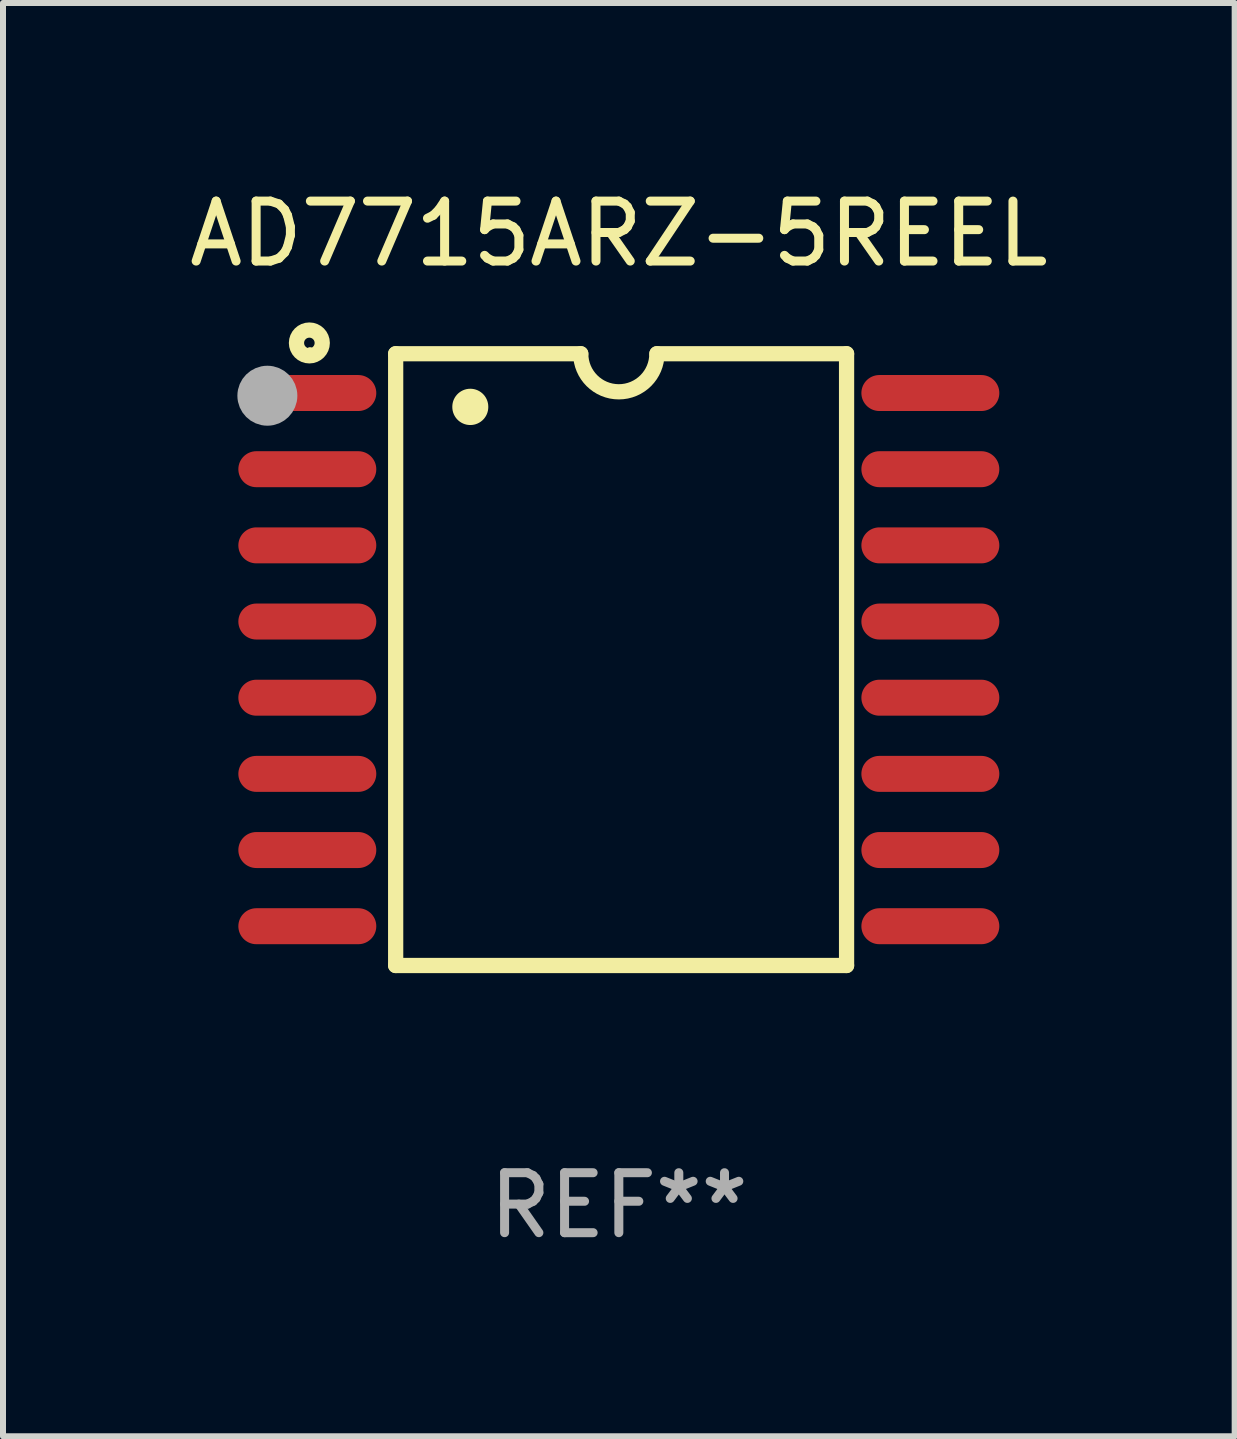
<source format=kicad_pcb>
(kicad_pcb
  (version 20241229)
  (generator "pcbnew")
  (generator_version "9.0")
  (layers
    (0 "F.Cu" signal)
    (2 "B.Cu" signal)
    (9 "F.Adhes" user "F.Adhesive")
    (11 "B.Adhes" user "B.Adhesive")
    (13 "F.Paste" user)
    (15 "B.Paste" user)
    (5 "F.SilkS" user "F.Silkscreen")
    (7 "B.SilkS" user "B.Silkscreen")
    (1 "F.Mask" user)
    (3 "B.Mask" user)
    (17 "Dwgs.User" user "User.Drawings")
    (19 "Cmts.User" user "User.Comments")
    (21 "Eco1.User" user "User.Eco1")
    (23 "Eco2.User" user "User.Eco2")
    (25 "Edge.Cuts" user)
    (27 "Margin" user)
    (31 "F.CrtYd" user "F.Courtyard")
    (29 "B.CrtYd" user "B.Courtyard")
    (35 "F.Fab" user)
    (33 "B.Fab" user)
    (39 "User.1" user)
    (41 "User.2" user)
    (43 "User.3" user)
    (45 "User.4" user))
  (footprint "AD7715ARZ-5REEL"
    (layer "F.Cu")
    (at 7.268 7.948)
    (property "Reference" "AD7715ARZ-5REEL" (at 0 -7.1 0) (layer "F.SilkS") (effects (font (size 1 1) (thickness 0.15))))
    (attr through_hole)
    (fp_line (start -3.721 -5.1) (end -3.721 5.1) (stroke (width 0.254) (type solid)) (layer "F.SilkS"))
    (fp_line (start -3.721 -5.1) (end -0.635 -5.1) (stroke (width 0.254) (type solid)) (layer "F.SilkS"))
    (fp_line (start -3.721 5.1) (end 3.797 5.1) (stroke (width 0.254) (type solid)) (layer "F.SilkS"))
    (fp_line (start 3.797 -5.1) (end 0.635 -5.1) (stroke (width 0.254) (type solid)) (layer "F.SilkS"))
    (fp_line (start 3.797 5.1) (end 3.797 -5.1) (stroke (width 0.254) (type solid)) (layer "F.SilkS"))
    (fp_arc (start -2.476556 -4.211328) (mid -2.476567 -4.213868) (end -2.476556 -4.216408) (stroke (width 0.6) (type solid)) (layer "F.SilkS"))
    (fp_arc (start 0.63495 -5.100076) (mid -0.000178 -4.465329) (end -0.635052 -5.10033) (stroke (width 0.254001) (type solid)) (layer "F.SilkS"))
    (fp_circle (center -5.16 -5.28) (end -4.945 -5.28) (stroke (width 0.254) (type solid)) (fill no) (layer "F.SilkS"))
    (fp_circle (center -5.15 -5.15) (end -5.12 -5.15) (stroke (width 0.06) (type solid)) (fill no) (layer "F.SilkS"))
    (fp_circle (center -5.86 -4.4) (end -5.61 -4.4) (stroke (width 0.5) (type solid)) (fill no) (layer "F.Fab"))
    (fp_text user "REF**" (at 0 9.1 0) (layer "F.Fab") (effects (font (size 1 1) (thickness 0.15))))
    (pad "1" smd oval (at -5.194 -4.445) (size 2.3 0.6) (layers "F.Cu" "F.Mask" "F.Paste"))
    (pad "2" smd oval (at -5.194 -3.175) (size 2.3 0.6) (layers "F.Cu" "F.Mask" "F.Paste"))
    (pad "3" smd oval (at -5.194 -1.905) (size 2.3 0.6) (layers "F.Cu" "F.Mask" "F.Paste"))
    (pad "4" smd oval (at -5.194 -0.635) (size 2.3 0.6) (layers "F.Cu" "F.Mask" "F.Paste"))
    (pad "5" smd oval (at -5.194 0.635) (size 2.3 0.6) (layers "F.Cu" "F.Mask" "F.Paste"))
    (pad "6" smd oval (at -5.194 1.905) (size 2.3 0.6) (layers "F.Cu" "F.Mask" "F.Paste"))
    (pad "7" smd oval (at -5.194 3.175) (size 2.3 0.6) (layers "F.Cu" "F.Mask" "F.Paste"))
    (pad "8" smd oval (at -5.194 4.445) (size 2.3 0.6) (layers "F.Cu" "F.Mask" "F.Paste"))
    (pad "9" smd oval (at 5.194 4.445) (size 2.3 0.6) (layers "F.Cu" "F.Mask" "F.Paste"))
    (pad "10" smd oval (at 5.194 3.175) (size 2.3 0.6) (layers "F.Cu" "F.Mask" "F.Paste"))
    (pad "11" smd oval (at 5.194 1.905) (size 2.3 0.6) (layers "F.Cu" "F.Mask" "F.Paste"))
    (pad "12" smd oval (at 5.194 0.635) (size 2.3 0.6) (layers "F.Cu" "F.Mask" "F.Paste"))
    (pad "13" smd oval (at 5.194 -0.635) (size 2.3 0.6) (layers "F.Cu" "F.Mask" "F.Paste"))
    (pad "14" smd oval (at 5.194 -1.905) (size 2.3 0.6) (layers "F.Cu" "F.Mask" "F.Paste"))
    (pad "15" smd oval (at 5.194 -3.175) (size 2.3 0.6) (layers "F.Cu" "F.Mask" "F.Paste"))
    (pad "16" smd oval (at 5.194 -4.445) (size 2.3 0.6) (layers "F.Cu" "F.Mask" "F.Paste")))
  (gr_rect
    (start -3 -3)
    (end 17.536 20.897)
    (stroke (width 0.1) (type default))
    (fill no)
    (layer "Edge.Cuts")))
</source>
